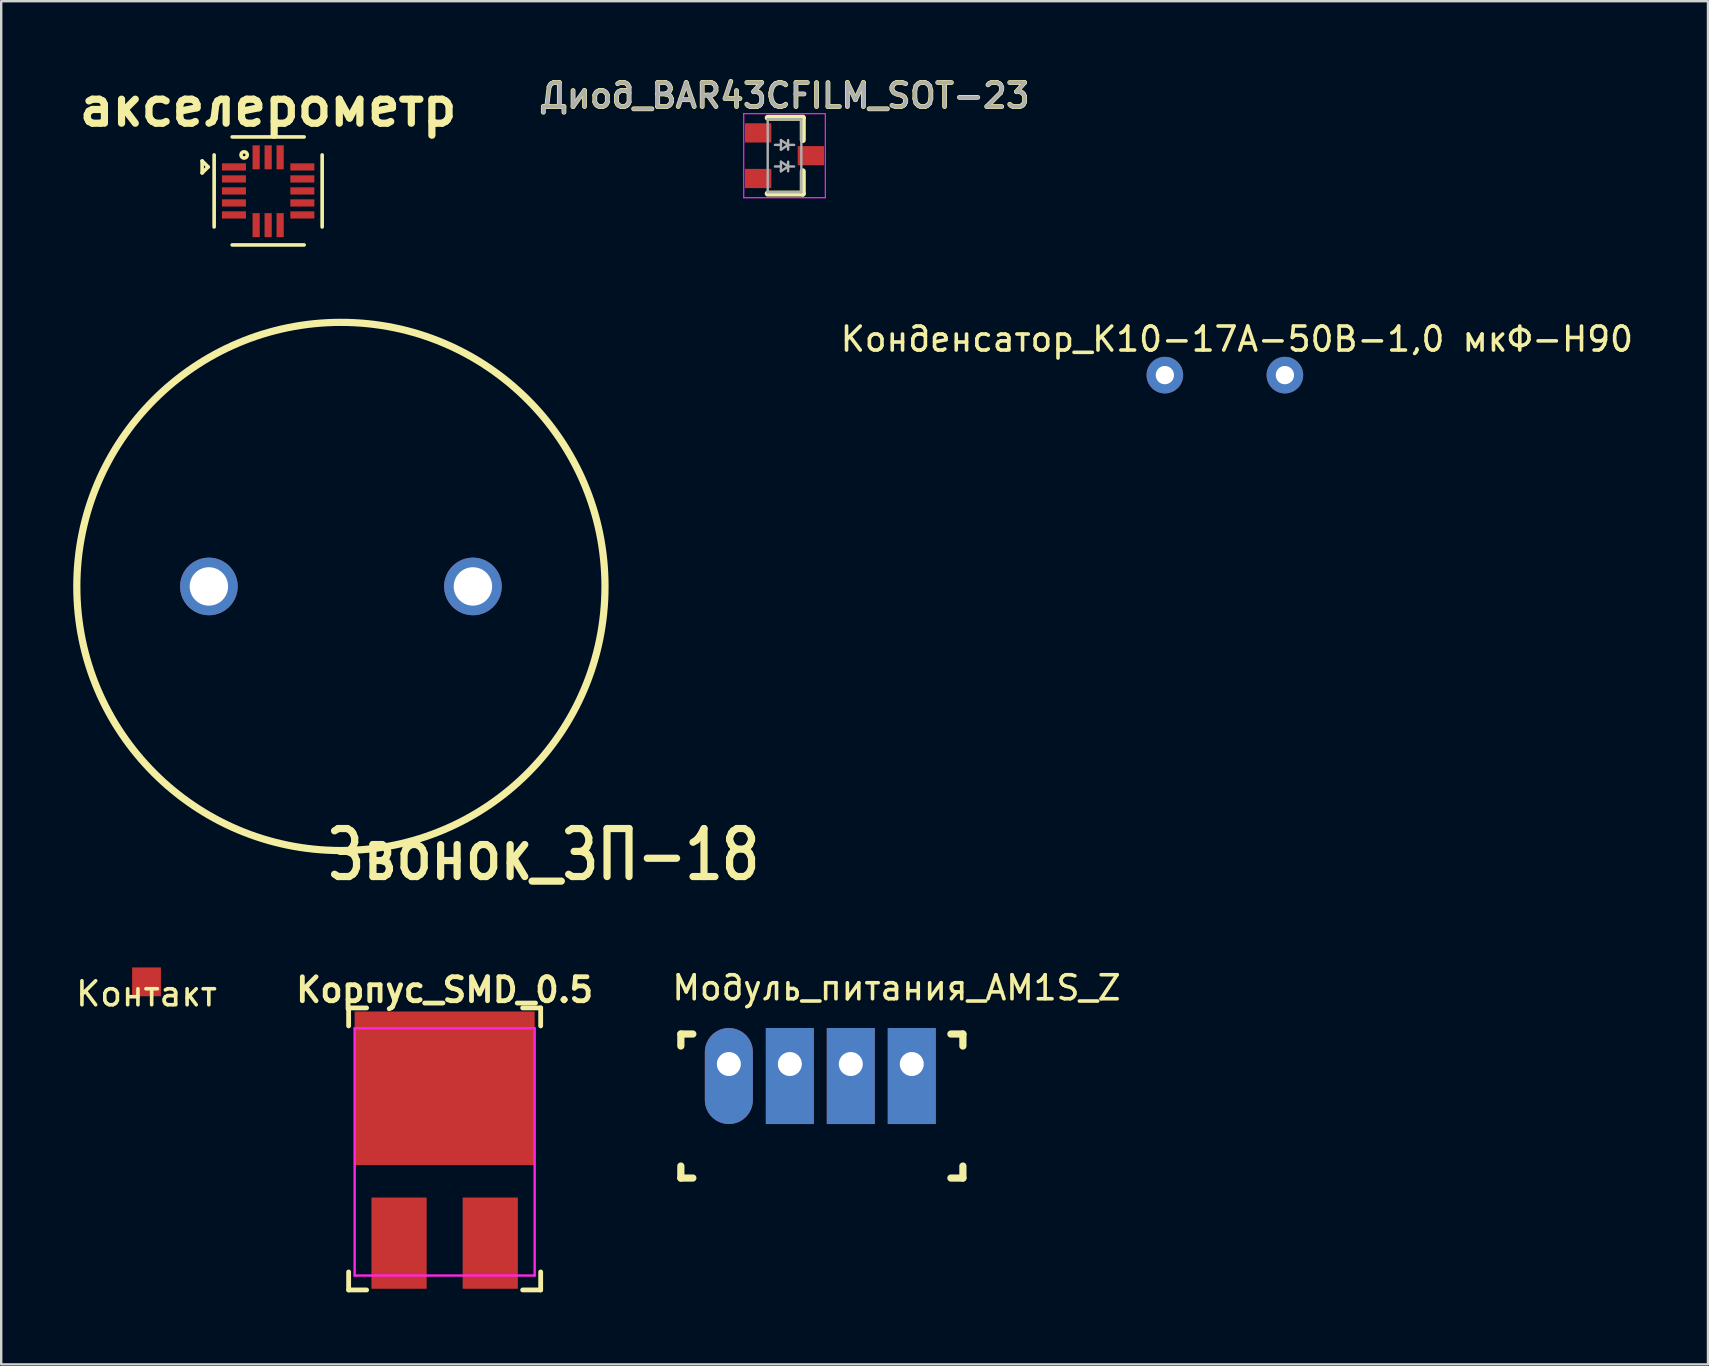
<source format=kicad_pcb>
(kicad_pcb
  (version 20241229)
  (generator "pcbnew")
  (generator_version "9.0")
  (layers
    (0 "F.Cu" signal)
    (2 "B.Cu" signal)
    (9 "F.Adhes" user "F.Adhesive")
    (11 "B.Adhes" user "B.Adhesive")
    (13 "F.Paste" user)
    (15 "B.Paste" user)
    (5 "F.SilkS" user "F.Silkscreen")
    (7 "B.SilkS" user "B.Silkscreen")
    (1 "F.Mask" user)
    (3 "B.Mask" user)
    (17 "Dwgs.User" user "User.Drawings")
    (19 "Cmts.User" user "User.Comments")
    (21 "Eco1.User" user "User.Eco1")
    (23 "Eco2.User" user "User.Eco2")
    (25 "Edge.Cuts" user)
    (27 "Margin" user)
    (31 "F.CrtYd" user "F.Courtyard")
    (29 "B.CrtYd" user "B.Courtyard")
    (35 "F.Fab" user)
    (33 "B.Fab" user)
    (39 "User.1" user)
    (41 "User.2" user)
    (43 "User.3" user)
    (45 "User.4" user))
  (footprint "Модуль_питания_AM1S_Z"
    (layer "F.Cu")
    (at 27.314 41.277)
    (property "Reference" "Модуль_питания_AM1S_Z" (at 6.985 -3.175 0) (layer "F.SilkS") (effects (font (size 1 1) (thickness 0.15))))
    (attr through_hole)
    (fp_line (start -2 -1.25) (end -2 -0.75) (stroke (width 0.3) (type solid)) (layer "F.SilkS"))
    (fp_line (start -2 -1.25) (end -1.5 -1.25) (stroke (width 0.3) (type solid)) (layer "F.SilkS"))
    (fp_line (start -2 4.75) (end -2 4.25) (stroke (width 0.3) (type solid)) (layer "F.SilkS"))
    (fp_line (start -2 4.75) (end -1.5 4.75) (stroke (width 0.3) (type solid)) (layer "F.SilkS"))
    (fp_line (start 9.75 -1.25) (end 9.25 -1.25) (stroke (width 0.3) (type solid)) (layer "F.SilkS"))
    (fp_line (start 9.75 -1.25) (end 9.75 -0.75) (stroke (width 0.3) (type solid)) (layer "F.SilkS"))
    (fp_line (start 9.75 4.75) (end 9.25 4.75) (stroke (width 0.3) (type solid)) (layer "F.SilkS"))
    (fp_line (start 9.75 4.75) (end 9.75 4.25) (stroke (width 0.3) (type solid)) (layer "F.SilkS"))
    (pad "1" thru_hole oval (at 0 0) (size 2 4) (drill 1 (offset 0 0.5)) (layers "*.Cu" "*.Mask"))
    (pad "2" thru_hole rect (at 2.54 0) (size 2 4) (drill 1 (offset 0 0.5)) (layers "*.Cu" "*.Mask"))
    (pad "3" thru_hole rect (at 5.08 0) (size 2 4) (drill 1 (offset 0 0.5)) (layers "*.Cu" "*.Mask"))
    (pad "4" thru_hole rect (at 7.62 0) (size 2 4) (drill 1 (offset 0 0.5)) (layers "*.Cu" "*.Mask")))
  (footprint "Контакт"
    (layer "F.Cu")
    (at 3.054 37.853)
    (property "Reference" "Контакт" (at 0 0.5 0) (layer "F.SilkS") (effects (font (size 1 1) (thickness 0.15))))
    (attr through_hole)
    (pad "1" smd rect (at 0 0) (size 1.2 1.2) (layers "F.Cu" "F.Mask" "F.Paste")))
  (footprint "Диод_BAR43CFILM_SOT-23"
    (layer "F.Cu")
    (at 29.633 3.436)
    (property "Reference" "Диод_BAR43CFILM_SOT-23" (at 0 -2.5 0) (layer "F.SilkS") (effects (font (size 1 1) (thickness 0.2))))
    (attr smd)
    (fp_line (start 0.76 -1.58) (end -0.7 -1.58) (stroke (width 0.25) (type solid)) (layer "F.SilkS"))
    (fp_line (start 0.76 -1.58) (end 0.76 -0.65) (stroke (width 0.25) (type solid)) (layer "F.SilkS"))
    (fp_line (start 0.76 1.58) (end -0.7 1.58) (stroke (width 0.25) (type solid)) (layer "F.SilkS"))
    (fp_line (start 0.76 1.58) (end 0.76 0.65) (stroke (width 0.25) (type solid)) (layer "F.SilkS"))
    (fp_line (start -1.7 -1.75) (end 1.7 -1.75) (stroke (width 0.05) (type solid)) (layer "F.CrtYd"))
    (fp_line (start -1.7 1.75) (end -1.7 -1.75) (stroke (width 0.05) (type solid)) (layer "F.CrtYd"))
    (fp_line (start 1.7 -1.75) (end 1.7 1.75) (stroke (width 0.05) (type solid)) (layer "F.CrtYd"))
    (fp_line (start 1.7 1.75) (end -1.7 1.75) (stroke (width 0.05) (type solid)) (layer "F.CrtYd"))
    (fp_line (start -0.7 -1.52) (end -0.7 1.52) (stroke (width 0.1) (type solid)) (layer "F.Fab"))
    (fp_line (start -0.7 -1.52) (end 0.7 -1.52) (stroke (width 0.1) (type solid)) (layer "F.Fab"))
    (fp_line (start -0.7 1.52) (end 0.7 1.52) (stroke (width 0.1) (type solid)) (layer "F.Fab"))
    (fp_line (start -0.15 -0.65) (end -0.15 -0.25) (stroke (width 0.1) (type solid)) (layer "F.Fab"))
    (fp_line (start -0.15 -0.45) (end -0.4 -0.45) (stroke (width 0.1) (type solid)) (layer "F.Fab"))
    (fp_line (start -0.15 -0.25) (end 0.15 -0.45) (stroke (width 0.1) (type solid)) (layer "F.Fab"))
    (fp_line (start -0.15 0.25) (end -0.15 0.65) (stroke (width 0.1) (type solid)) (layer "F.Fab"))
    (fp_line (start -0.15 0.45) (end -0.4 0.45) (stroke (width 0.1) (type solid)) (layer "F.Fab"))
    (fp_line (start -0.15 0.65) (end 0.15 0.45) (stroke (width 0.1) (type solid)) (layer "F.Fab"))
    (fp_line (start 0.15 -0.65) (end 0.15 -0.25) (stroke (width 0.1) (type solid)) (layer "F.Fab"))
    (fp_line (start 0.15 -0.45) (end -0.15 -0.65) (stroke (width 0.1) (type solid)) (layer "F.Fab"))
    (fp_line (start 0.15 -0.45) (end 0.4 -0.45) (stroke (width 0.1) (type solid)) (layer "F.Fab"))
    (fp_line (start 0.15 0.25) (end 0.15 0.65) (stroke (width 0.1) (type solid)) (layer "F.Fab"))
    (fp_line (start 0.15 0.45) (end -0.15 0.25) (stroke (width 0.1) (type solid)) (layer "F.Fab"))
    (fp_line (start 0.15 0.45) (end 0.4 0.45) (stroke (width 0.1) (type solid)) (layer "F.Fab"))
    (fp_line (start 0.7 -1.52) (end 0.7 1.52) (stroke (width 0.1) (type solid)) (layer "F.Fab"))
    (fp_text user "${REFERENCE}" (at 0 -2.5 0) (layer "F.Fab") (effects (font (size 1 1) (thickness 0.15))))
    (pad "1" smd rect (at -1.1 -0.95) (size 1.1 0.8) (layers "F.Cu" "F.Mask" "F.Paste"))
    (pad "1" smd rect (at -1.1 0.95) (size 1.1 0.8) (layers "F.Cu" "F.Mask" "F.Paste"))
    (pad "2" smd rect (at 1.1 0) (size 1.1 0.8) (layers "F.Cu" "F.Mask" "F.Paste")))
  (footprint "Конденсатор_К10-17А-50В-1,0 мкФ-H90"
    (layer "F.Cu")
    (at 45.478 12.577)
    (property "Reference" "Конденсатор_К10-17А-50В-1,0 мкФ-H90" (at 3 -1.5 0) (layer "F.SilkS") (effects (font (size 1 1) (thickness 0.15))))
    (attr through_hole)
    (pad "1" thru_hole circle (at 0 0) (size 1.524 1.524) (drill 0.762) (layers "*.Cu" "*.Mask"))
    (pad "2" thru_hole circle (at 5 0) (size 1.524 1.524) (drill 0.762) (layers "*.Cu" "*.Mask")))
  (footprint "Звонок_ЗП-18"
    (layer "F.Cu")
    (at 16.652 21.381)
    (property "Reference" "Звонок_ЗП-18" (at 2.921 11.176 0) (layer "F.SilkS") (effects (font (size 2 1.6) (thickness 0.3))))
    (attr through_hole)
    (fp_circle (center -5.5 0) (end 5.5 -0.2) (stroke (width 0.3) (type solid)) (fill no) (layer "F.SilkS"))
    (pad "1" thru_hole circle (at 0 0) (size 2.4 2.4) (drill 1.6) (layers "*.Cu" "*.Mask"))
    (pad "2" thru_hole circle (at -11 0) (size 2.4 2.4) (drill 1.6) (layers "*.Cu" "*.Mask")))
  (footprint "акселерометр"
    (layer "F.Cu")
    (at 8.121 4.904)
    (property "Reference" "акселерометр" (at 0 -3.5 0) (layer "F.SilkS") (effects (font (size 1.5 1.5) (thickness 0.3))))
    (attr through_hole)
    (fp_line (start -2.75 -1.25) (end -2.5 -1) (stroke (width 0.15) (type solid)) (layer "F.SilkS"))
    (fp_line (start -2.75 -0.75) (end -2.75 -1.25) (stroke (width 0.15) (type solid)) (layer "F.SilkS"))
    (fp_line (start -2.5 -1) (end -2.75 -0.75) (stroke (width 0.15) (type solid)) (layer "F.SilkS"))
    (fp_line (start -2.25 -1.5) (end -2.25 1.5) (stroke (width 0.15) (type solid)) (layer "F.SilkS"))
    (fp_line (start -1.5 2.25) (end 1.5 2.25) (stroke (width 0.15) (type solid)) (layer "F.SilkS"))
    (fp_line (start 1.5 -2.25) (end -1.5 -2.25) (stroke (width 0.15) (type solid)) (layer "F.SilkS"))
    (fp_line (start 2.25 1.5) (end 2.25 -1.5) (stroke (width 0.15) (type solid)) (layer "F.SilkS"))
    (fp_circle (center -1 -1.5) (end -0.95 -1.475) (stroke (width 0.15) (type solid)) (fill no) (layer "F.SilkS"))
    (pad "1" smd rect (at -1.225 -1) (size 1 0.3) (drill (offset -0.2 0)) (layers "F.Cu" "F.Mask" "F.Paste"))
    (pad "2" smd rect (at -1.225 -0.5) (size 1 0.3) (drill (offset -0.2 0)) (layers "F.Cu" "F.Mask" "F.Paste"))
    (pad "3" smd rect (at -1.225 0) (size 1 0.3) (drill (offset -0.2 0)) (layers "F.Cu" "F.Mask" "F.Paste"))
    (pad "4" smd rect (at -1.225 0.5) (size 1 0.3) (drill (offset -0.2 0)) (layers "F.Cu" "F.Mask" "F.Paste"))
    (pad "5" smd rect (at -1.225 1) (size 1 0.3) (drill (offset -0.2 0)) (layers "F.Cu" "F.Mask" "F.Paste"))
    (pad "6" smd rect (at -0.5 1.225) (size 0.3 1) (drill (offset 0 0.2)) (layers "F.Cu" "F.Mask" "F.Paste"))
    (pad "7" smd rect (at 0 1.225) (size 0.3 1) (drill (offset 0 0.2)) (layers "F.Cu" "F.Mask" "F.Paste"))
    (pad "8" smd rect (at 0.5 1.225) (size 0.3 1) (drill (offset 0 0.2)) (layers "F.Cu" "F.Mask" "F.Paste"))
    (pad "9" smd rect (at 1.225 1) (size 1 0.3) (drill (offset 0.2 0)) (layers "F.Cu" "F.Mask" "F.Paste"))
    (pad "10" smd rect (at 1.225 0.5) (size 1 0.3) (drill (offset 0.2 0)) (layers "F.Cu" "F.Mask" "F.Paste"))
    (pad "11" smd rect (at 1.225 0) (size 1 0.3) (drill (offset 0.2 0)) (layers "F.Cu" "F.Mask" "F.Paste"))
    (pad "12" smd rect (at 1.225 -0.5) (size 1 0.3) (drill (offset 0.2 0)) (layers "F.Cu" "F.Mask" "F.Paste"))
    (pad "13" smd rect (at 1.225 -1) (size 1 0.3) (drill (offset 0.2 0)) (layers "F.Cu" "F.Mask" "F.Paste"))
    (pad "14" smd rect (at 0.5 -1.2) (size 0.3 1) (drill (offset 0 -0.2)) (layers "F.Cu" "F.Mask" "F.Paste"))
    (pad "15" smd rect (at 0 -1.2) (size 0.3 1) (drill (offset 0 -0.2)) (layers "F.Cu" "F.Mask" "F.Paste"))
    (pad "16" smd rect (at -0.5 -1.2) (size 0.3 1) (drill (offset 0 -0.2)) (layers "F.Cu" "F.Mask" "F.Paste")))
  (footprint "Корпус_SMD_0.5"
    (layer "F.Cu")
    (at 15.474 44.939)
    (property "Reference" "Корпус_SMD_0.5" (at 0 -6.75 0) (layer "F.SilkS") (effects (font (size 1 1) (thickness 0.2))))
    (attr through_hole)
    (fp_line (start -4 -6) (end -3.25 -6) (stroke (width 0.2) (type solid)) (layer "F.SilkS"))
    (fp_line (start -4 -5.25) (end -4 -6) (stroke (width 0.2) (type solid)) (layer "F.SilkS"))
    (fp_line (start -4 5.75) (end -4 5) (stroke (width 0.2) (type solid)) (layer "F.SilkS"))
    (fp_line (start -3.25 5.75) (end -4 5.75) (stroke (width 0.2) (type solid)) (layer "F.SilkS"))
    (fp_line (start 3.25 -6) (end 4 -6) (stroke (width 0.2) (type solid)) (layer "F.SilkS"))
    (fp_line (start 3.25 5.75) (end 4 5.75) (stroke (width 0.2) (type solid)) (layer "F.SilkS"))
    (fp_line (start 4 -6) (end 4 -5.25) (stroke (width 0.2) (type solid)) (layer "F.SilkS"))
    (fp_line (start 4 5.75) (end 4 5) (stroke (width 0.2) (type solid)) (layer "F.SilkS"))
    (fp_line (start -3.75 -5.15) (end 3.75 -5.15) (stroke (width 0.1) (type solid)) (layer "F.CrtYd"))
    (fp_line (start -3.75 5.15) (end -3.75 -5.15) (stroke (width 0.1) (type solid)) (layer "F.CrtYd"))
    (fp_line (start 3.75 -5.15) (end 3.75 5.15) (stroke (width 0.1) (type solid)) (layer "F.CrtYd"))
    (fp_line (start 3.75 5.15) (end -3.75 5.15) (stroke (width 0.1) (type solid)) (layer "F.CrtYd"))
    (pad "1" smd rect (at 0 -2.65) (size 7.5 6.4) (layers "F.Cu" "F.Mask" "F.Paste"))
    (pad "2" smd rect (at 1.9 3.8) (size 2.3 3.8) (layers "F.Cu" "F.Mask" "F.Paste"))
    (pad "3" smd rect (at -1.9 3.8) (size 2.3 3.8) (layers "F.Cu" "F.Mask" "F.Paste")))
  (gr_rect
    (start -3 -3)
    (end 68.103 53.789)
    (stroke (width 0.1) (type default))
    (fill no)
    (layer "Edge.Cuts")))
</source>
